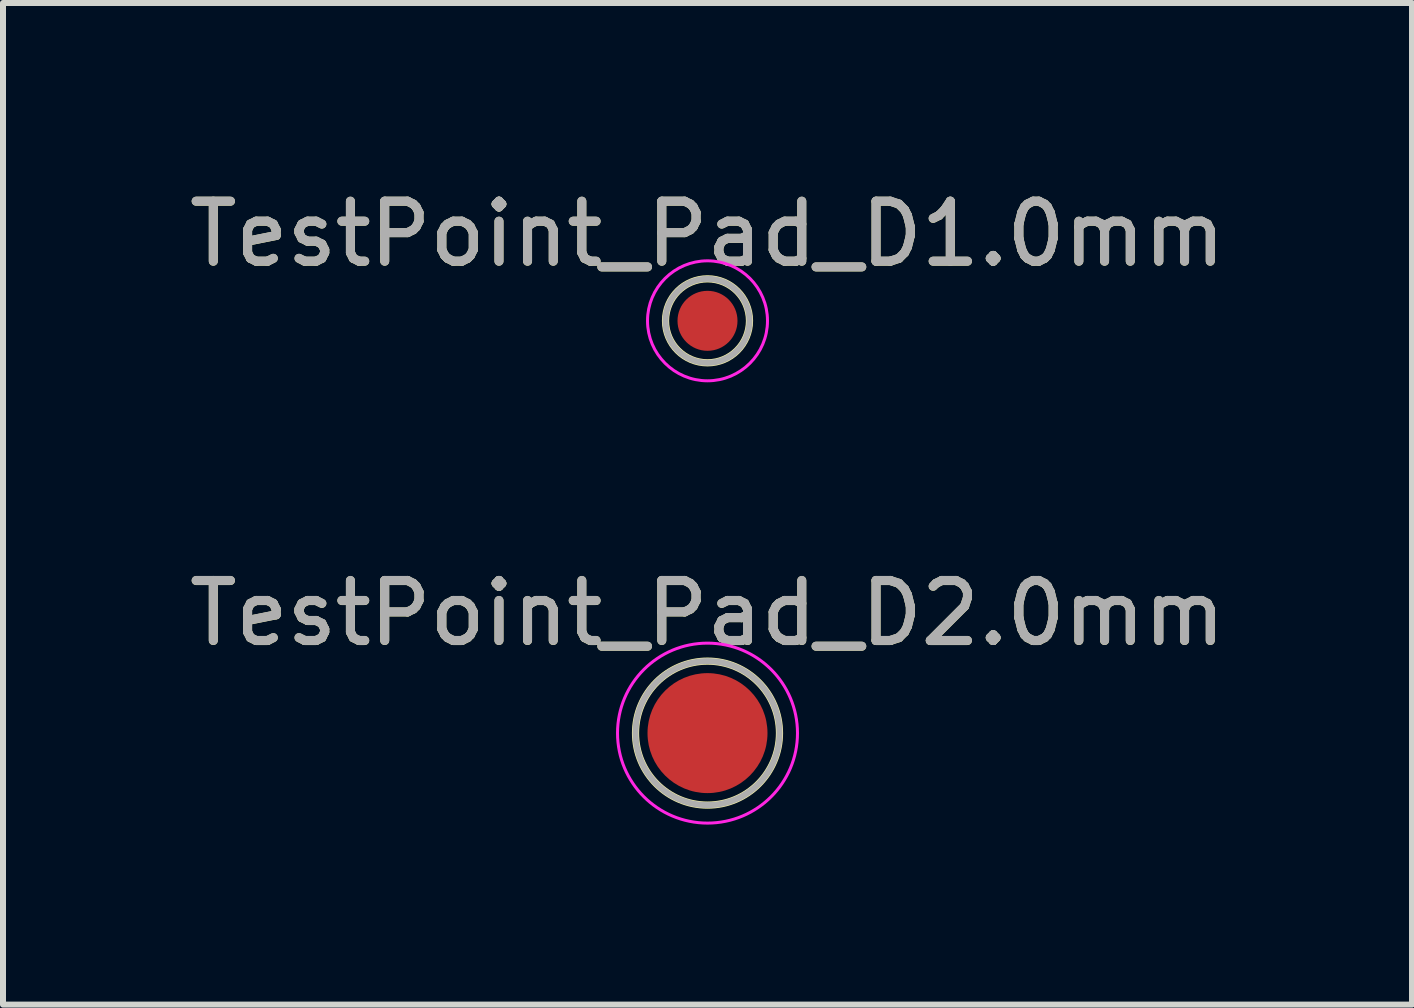
<source format=kicad_pcb>
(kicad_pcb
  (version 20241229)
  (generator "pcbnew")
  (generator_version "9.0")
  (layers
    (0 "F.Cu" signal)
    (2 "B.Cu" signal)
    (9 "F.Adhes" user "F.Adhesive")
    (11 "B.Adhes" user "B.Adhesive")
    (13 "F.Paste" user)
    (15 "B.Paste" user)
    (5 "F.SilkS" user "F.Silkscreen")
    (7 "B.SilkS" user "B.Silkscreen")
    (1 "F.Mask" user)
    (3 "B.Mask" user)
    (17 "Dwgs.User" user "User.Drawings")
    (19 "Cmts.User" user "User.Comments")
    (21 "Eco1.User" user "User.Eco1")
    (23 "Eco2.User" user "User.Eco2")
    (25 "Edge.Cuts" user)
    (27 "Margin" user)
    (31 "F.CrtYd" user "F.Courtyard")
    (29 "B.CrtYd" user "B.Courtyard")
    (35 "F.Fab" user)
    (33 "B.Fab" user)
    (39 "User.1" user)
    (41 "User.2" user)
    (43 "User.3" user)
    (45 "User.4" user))
  (footprint "TestPoint_Pad_D1.0mm"
    (layer "F.Cu")
    (at 8.744 2.298)
    (property "Reference" "TestPoint_Pad_D1.0mm" (at 0 -1.448 0) (layer "F.SilkS") (effects (font (size 1 1) (thickness 0.15))))
    (attr exclude_from_pos_files exclude_from_bom)
    (fp_circle (center 0 0) (end 0 0.7) (stroke (width 0.12) (type solid)) (fill no) (layer "F.SilkS"))
    (fp_circle (center 0 0) (end 1 0) (stroke (width 0.05) (type solid)) (fill no) (layer "F.CrtYd"))
    (fp_circle (center 0 0) (end 0 -0.7) (stroke (width 0.1) (type default)) (fill no) (layer "F.Fab"))
    (fp_text user "${REFERENCE}" (at 0 -1.45 0) (layer "F.Fab") (effects (font (size 1 1) (thickness 0.15))))
    (pad "1" smd circle (at 0 0) (size 1 1) (layers "F.Cu" "F.Mask")))
  (footprint "TestPoint_Pad_D2.0mm"
    (layer "F.Cu")
    (at 8.744 9.171)
    (property "Reference" "TestPoint_Pad_D2.0mm" (at 0 -1.998 0) (layer "F.SilkS") (effects (font (size 1 1) (thickness 0.15))))
    (attr exclude_from_pos_files exclude_from_bom)
    (fp_circle (center 0 0) (end 0 1.2) (stroke (width 0.12) (type solid)) (fill no) (layer "F.SilkS"))
    (fp_circle (center 0 0) (end 1.5 0) (stroke (width 0.05) (type solid)) (fill no) (layer "F.CrtYd"))
    (fp_circle (center 0 0) (end 0 -1.2) (stroke (width 0.1) (type default)) (fill no) (layer "F.Fab"))
    (fp_text user "${REFERENCE}" (at 0 -2 0) (layer "F.Fab") (effects (font (size 1 1) (thickness 0.15))))
    (pad "1" smd circle (at 0 0) (size 2 2) (layers "F.Cu" "F.Mask")))
  (gr_rect
    (start -3 -3)
    (end 20.488 13.697)
    (stroke (width 0.1) (type default))
    (fill no)
    (layer "Edge.Cuts")))
</source>
